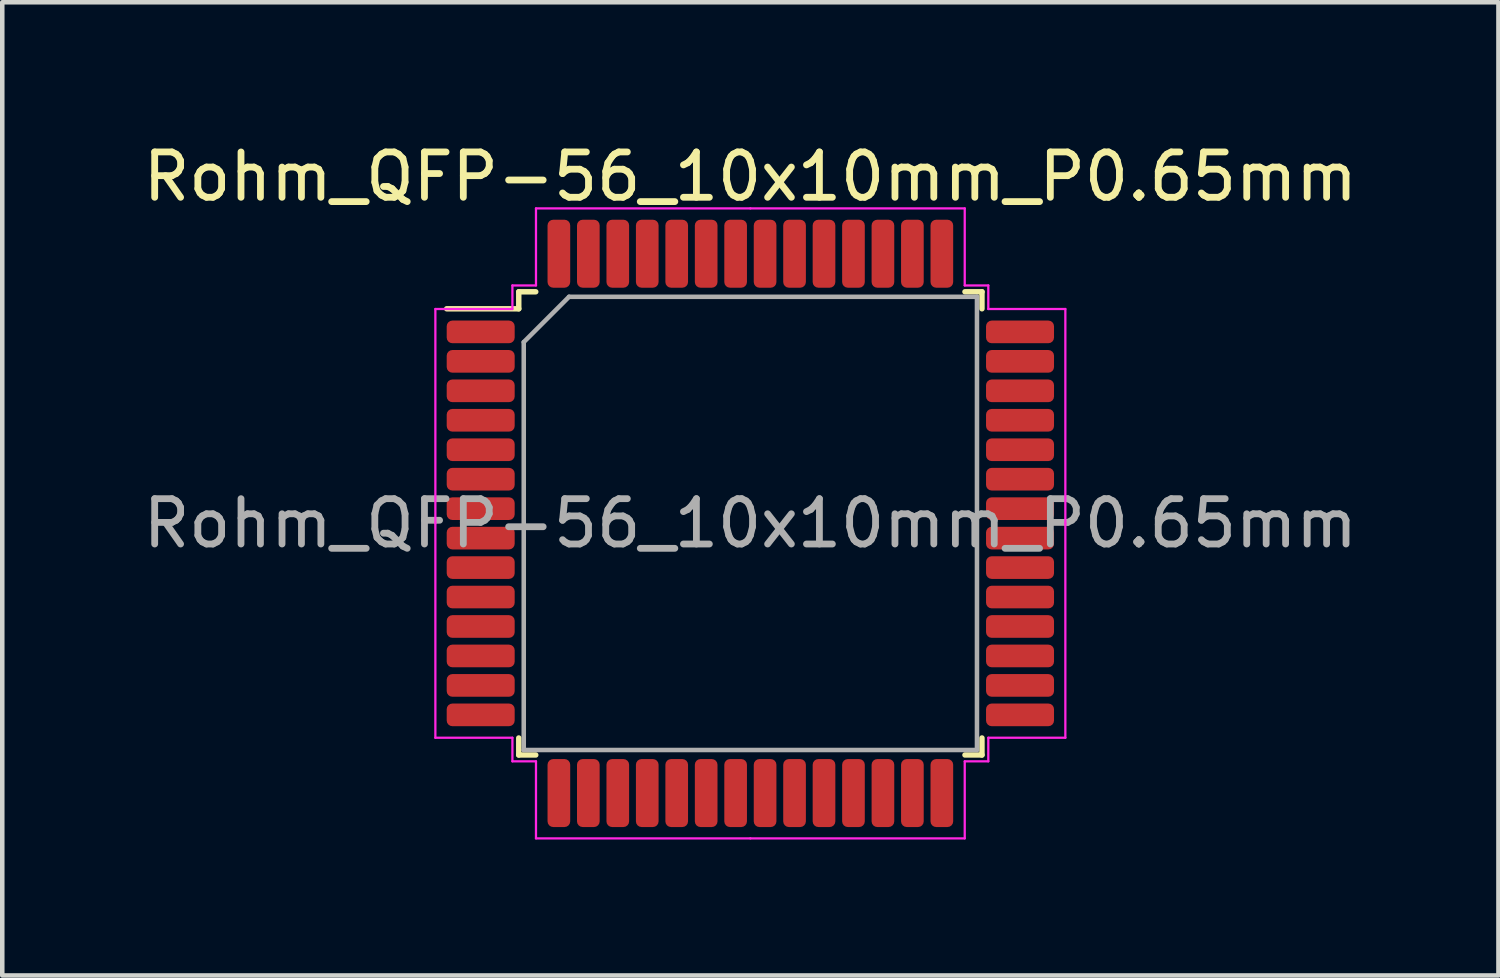
<source format=kicad_pcb>
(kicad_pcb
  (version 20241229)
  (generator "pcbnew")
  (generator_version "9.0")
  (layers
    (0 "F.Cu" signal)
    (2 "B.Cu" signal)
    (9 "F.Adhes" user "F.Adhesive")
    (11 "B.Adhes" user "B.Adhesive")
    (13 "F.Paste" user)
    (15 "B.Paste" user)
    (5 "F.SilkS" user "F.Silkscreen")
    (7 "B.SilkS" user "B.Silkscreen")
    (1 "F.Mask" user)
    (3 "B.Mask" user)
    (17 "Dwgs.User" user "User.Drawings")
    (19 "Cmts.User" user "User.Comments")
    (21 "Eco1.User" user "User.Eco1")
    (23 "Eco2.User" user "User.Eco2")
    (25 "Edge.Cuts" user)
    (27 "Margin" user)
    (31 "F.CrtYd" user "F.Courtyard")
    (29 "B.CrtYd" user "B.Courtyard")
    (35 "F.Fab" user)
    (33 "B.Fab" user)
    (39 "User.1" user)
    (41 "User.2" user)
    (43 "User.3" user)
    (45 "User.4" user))
  (footprint "Rohm_QFP-56_10x10mm_P0.65mm"
    (layer "F.Cu")
    (at 13.506 8.498)
    (property "Reference" "Rohm_QFP-56_10x10mm_P0.65mm" (at 0 -7.65 0) (layer "F.SilkS") (effects (font (size 1 1) (thickness 0.15))))
    (attr smd)
    (fp_line (start -5.11 -5.11) (end -5.11 -4.735) (stroke (width 0.12) (type solid)) (layer "F.SilkS"))
    (fp_line (start -5.11 -4.735) (end -6.7 -4.735) (stroke (width 0.12) (type solid)) (layer "F.SilkS"))
    (fp_line (start -5.11 5.11) (end -5.11 4.735) (stroke (width 0.12) (type solid)) (layer "F.SilkS"))
    (fp_line (start -4.735 -5.11) (end -5.11 -5.11) (stroke (width 0.12) (type solid)) (layer "F.SilkS"))
    (fp_line (start -4.735 5.11) (end -5.11 5.11) (stroke (width 0.12) (type solid)) (layer "F.SilkS"))
    (fp_line (start 4.735 -5.11) (end 5.11 -5.11) (stroke (width 0.12) (type solid)) (layer "F.SilkS"))
    (fp_line (start 4.735 5.11) (end 5.11 5.11) (stroke (width 0.12) (type solid)) (layer "F.SilkS"))
    (fp_line (start 5.11 -5.11) (end 5.11 -4.735) (stroke (width 0.12) (type solid)) (layer "F.SilkS"))
    (fp_line (start 5.11 5.11) (end 5.11 4.735) (stroke (width 0.12) (type solid)) (layer "F.SilkS"))
    (fp_line (start -6.95 -4.73) (end -6.95 0) (stroke (width 0.05) (type solid)) (layer "F.CrtYd"))
    (fp_line (start -6.95 4.73) (end -6.95 0) (stroke (width 0.05) (type solid)) (layer "F.CrtYd"))
    (fp_line (start -5.25 -5.25) (end -5.25 -4.73) (stroke (width 0.05) (type solid)) (layer "F.CrtYd"))
    (fp_line (start -5.25 -4.73) (end -6.95 -4.73) (stroke (width 0.05) (type solid)) (layer "F.CrtYd"))
    (fp_line (start -5.25 4.73) (end -6.95 4.73) (stroke (width 0.05) (type solid)) (layer "F.CrtYd"))
    (fp_line (start -5.25 5.25) (end -5.25 4.73) (stroke (width 0.05) (type solid)) (layer "F.CrtYd"))
    (fp_line (start -4.73 -6.95) (end -4.73 -5.25) (stroke (width 0.05) (type solid)) (layer "F.CrtYd"))
    (fp_line (start -4.73 -5.25) (end -5.25 -5.25) (stroke (width 0.05) (type solid)) (layer "F.CrtYd"))
    (fp_line (start -4.73 5.25) (end -5.25 5.25) (stroke (width 0.05) (type solid)) (layer "F.CrtYd"))
    (fp_line (start -4.73 6.95) (end -4.73 5.25) (stroke (width 0.05) (type solid)) (layer "F.CrtYd"))
    (fp_line (start 0 -6.95) (end -4.73 -6.95) (stroke (width 0.05) (type solid)) (layer "F.CrtYd"))
    (fp_line (start 0 -6.95) (end 4.73 -6.95) (stroke (width 0.05) (type solid)) (layer "F.CrtYd"))
    (fp_line (start 0 6.95) (end -4.73 6.95) (stroke (width 0.05) (type solid)) (layer "F.CrtYd"))
    (fp_line (start 0 6.95) (end 4.73 6.95) (stroke (width 0.05) (type solid)) (layer "F.CrtYd"))
    (fp_line (start 4.73 -6.95) (end 4.73 -5.25) (stroke (width 0.05) (type solid)) (layer "F.CrtYd"))
    (fp_line (start 4.73 -5.25) (end 5.25 -5.25) (stroke (width 0.05) (type solid)) (layer "F.CrtYd"))
    (fp_line (start 4.73 5.25) (end 5.25 5.25) (stroke (width 0.05) (type solid)) (layer "F.CrtYd"))
    (fp_line (start 4.73 6.95) (end 4.73 5.25) (stroke (width 0.05) (type solid)) (layer "F.CrtYd"))
    (fp_line (start 5.25 -5.25) (end 5.25 -4.73) (stroke (width 0.05) (type solid)) (layer "F.CrtYd"))
    (fp_line (start 5.25 -4.73) (end 6.95 -4.73) (stroke (width 0.05) (type solid)) (layer "F.CrtYd"))
    (fp_line (start 5.25 4.73) (end 6.95 4.73) (stroke (width 0.05) (type solid)) (layer "F.CrtYd"))
    (fp_line (start 5.25 5.25) (end 5.25 4.73) (stroke (width 0.05) (type solid)) (layer "F.CrtYd"))
    (fp_line (start 6.95 -4.73) (end 6.95 0) (stroke (width 0.05) (type solid)) (layer "F.CrtYd"))
    (fp_line (start 6.95 4.73) (end 6.95 0) (stroke (width 0.05) (type solid)) (layer "F.CrtYd"))
    (fp_line (start -5 -4) (end -4 -5) (stroke (width 0.1) (type solid)) (layer "F.Fab"))
    (fp_line (start -5 5) (end -5 -4) (stroke (width 0.1) (type solid)) (layer "F.Fab"))
    (fp_line (start -4 -5) (end 5 -5) (stroke (width 0.1) (type solid)) (layer "F.Fab"))
    (fp_line (start 5 -5) (end 5 5) (stroke (width 0.1) (type solid)) (layer "F.Fab"))
    (fp_line (start 5 5) (end -5 5) (stroke (width 0.1) (type solid)) (layer "F.Fab"))
    (fp_text user "${REFERENCE}" (at 0 0 0) (layer "F.Fab") (effects (font (size 1 1) (thickness 0.15))))
    (pad "1" smd roundrect (at -5.95 -4.225) (size 1.5 0.5) (layers "F.Cu" "F.Mask" "F.Paste") (roundrect_rratio 0.25))
    (pad "2" smd roundrect (at -5.95 -3.575) (size 1.5 0.5) (layers "F.Cu" "F.Mask" "F.Paste") (roundrect_rratio 0.25))
    (pad "3" smd roundrect (at -5.95 -2.925) (size 1.5 0.5) (layers "F.Cu" "F.Mask" "F.Paste") (roundrect_rratio 0.25))
    (pad "4" smd roundrect (at -5.95 -2.275) (size 1.5 0.5) (layers "F.Cu" "F.Mask" "F.Paste") (roundrect_rratio 0.25))
    (pad "5" smd roundrect (at -5.95 -1.625) (size 1.5 0.5) (layers "F.Cu" "F.Mask" "F.Paste") (roundrect_rratio 0.25))
    (pad "6" smd roundrect (at -5.95 -0.975) (size 1.5 0.5) (layers "F.Cu" "F.Mask" "F.Paste") (roundrect_rratio 0.25))
    (pad "7" smd roundrect (at -5.95 -0.325) (size 1.5 0.5) (layers "F.Cu" "F.Mask" "F.Paste") (roundrect_rratio 0.25))
    (pad "8" smd roundrect (at -5.95 0.325) (size 1.5 0.5) (layers "F.Cu" "F.Mask" "F.Paste") (roundrect_rratio 0.25))
    (pad "9" smd roundrect (at -5.95 0.975) (size 1.5 0.5) (layers "F.Cu" "F.Mask" "F.Paste") (roundrect_rratio 0.25))
    (pad "10" smd roundrect (at -5.95 1.625) (size 1.5 0.5) (layers "F.Cu" "F.Mask" "F.Paste") (roundrect_rratio 0.25))
    (pad "11" smd roundrect (at -5.95 2.275) (size 1.5 0.5) (layers "F.Cu" "F.Mask" "F.Paste") (roundrect_rratio 0.25))
    (pad "12" smd roundrect (at -5.95 2.925) (size 1.5 0.5) (layers "F.Cu" "F.Mask" "F.Paste") (roundrect_rratio 0.25))
    (pad "13" smd roundrect (at -5.95 3.575) (size 1.5 0.5) (layers "F.Cu" "F.Mask" "F.Paste") (roundrect_rratio 0.25))
    (pad "14" smd roundrect (at -5.95 4.225) (size 1.5 0.5) (layers "F.Cu" "F.Mask" "F.Paste") (roundrect_rratio 0.25))
    (pad "15" smd roundrect (at -4.225 5.95) (size 0.5 1.5) (layers "F.Cu" "F.Mask" "F.Paste") (roundrect_rratio 0.25))
    (pad "16" smd roundrect (at -3.575 5.95) (size 0.5 1.5) (layers "F.Cu" "F.Mask" "F.Paste") (roundrect_rratio 0.25))
    (pad "17" smd roundrect (at -2.925 5.95) (size 0.5 1.5) (layers "F.Cu" "F.Mask" "F.Paste") (roundrect_rratio 0.25))
    (pad "18" smd roundrect (at -2.275 5.95) (size 0.5 1.5) (layers "F.Cu" "F.Mask" "F.Paste") (roundrect_rratio 0.25))
    (pad "19" smd roundrect (at -1.625 5.95) (size 0.5 1.5) (layers "F.Cu" "F.Mask" "F.Paste") (roundrect_rratio 0.25))
    (pad "20" smd roundrect (at -0.975 5.95) (size 0.5 1.5) (layers "F.Cu" "F.Mask" "F.Paste") (roundrect_rratio 0.25))
    (pad "21" smd roundrect (at -0.325 5.95) (size 0.5 1.5) (layers "F.Cu" "F.Mask" "F.Paste") (roundrect_rratio 0.25))
    (pad "22" smd roundrect (at 0.325 5.95) (size 0.5 1.5) (layers "F.Cu" "F.Mask" "F.Paste") (roundrect_rratio 0.25))
    (pad "23" smd roundrect (at 0.975 5.95) (size 0.5 1.5) (layers "F.Cu" "F.Mask" "F.Paste") (roundrect_rratio 0.25))
    (pad "24" smd roundrect (at 1.625 5.95) (size 0.5 1.5) (layers "F.Cu" "F.Mask" "F.Paste") (roundrect_rratio 0.25))
    (pad "25" smd roundrect (at 2.275 5.95) (size 0.5 1.5) (layers "F.Cu" "F.Mask" "F.Paste") (roundrect_rratio 0.25))
    (pad "26" smd roundrect (at 2.925 5.95) (size 0.5 1.5) (layers "F.Cu" "F.Mask" "F.Paste") (roundrect_rratio 0.25))
    (pad "27" smd roundrect (at 3.575 5.95) (size 0.5 1.5) (layers "F.Cu" "F.Mask" "F.Paste") (roundrect_rratio 0.25))
    (pad "28" smd roundrect (at 4.225 5.95) (size 0.5 1.5) (layers "F.Cu" "F.Mask" "F.Paste") (roundrect_rratio 0.25))
    (pad "29" smd roundrect (at 5.95 4.225) (size 1.5 0.5) (layers "F.Cu" "F.Mask" "F.Paste") (roundrect_rratio 0.25))
    (pad "30" smd roundrect (at 5.95 3.575) (size 1.5 0.5) (layers "F.Cu" "F.Mask" "F.Paste") (roundrect_rratio 0.25))
    (pad "31" smd roundrect (at 5.95 2.925) (size 1.5 0.5) (layers "F.Cu" "F.Mask" "F.Paste") (roundrect_rratio 0.25))
    (pad "32" smd roundrect (at 5.95 2.275) (size 1.5 0.5) (layers "F.Cu" "F.Mask" "F.Paste") (roundrect_rratio 0.25))
    (pad "33" smd roundrect (at 5.95 1.625) (size 1.5 0.5) (layers "F.Cu" "F.Mask" "F.Paste") (roundrect_rratio 0.25))
    (pad "34" smd roundrect (at 5.95 0.975) (size 1.5 0.5) (layers "F.Cu" "F.Mask" "F.Paste") (roundrect_rratio 0.25))
    (pad "35" smd roundrect (at 5.95 0.325) (size 1.5 0.5) (layers "F.Cu" "F.Mask" "F.Paste") (roundrect_rratio 0.25))
    (pad "36" smd roundrect (at 5.95 -0.325) (size 1.5 0.5) (layers "F.Cu" "F.Mask" "F.Paste") (roundrect_rratio 0.25))
    (pad "37" smd roundrect (at 5.95 -0.975) (size 1.5 0.5) (layers "F.Cu" "F.Mask" "F.Paste") (roundrect_rratio 0.25))
    (pad "38" smd roundrect (at 5.95 -1.625) (size 1.5 0.5) (layers "F.Cu" "F.Mask" "F.Paste") (roundrect_rratio 0.25))
    (pad "39" smd roundrect (at 5.95 -2.275) (size 1.5 0.5) (layers "F.Cu" "F.Mask" "F.Paste") (roundrect_rratio 0.25))
    (pad "40" smd roundrect (at 5.95 -2.925) (size 1.5 0.5) (layers "F.Cu" "F.Mask" "F.Paste") (roundrect_rratio 0.25))
    (pad "41" smd roundrect (at 5.95 -3.575) (size 1.5 0.5) (layers "F.Cu" "F.Mask" "F.Paste") (roundrect_rratio 0.25))
    (pad "42" smd roundrect (at 5.95 -4.225) (size 1.5 0.5) (layers "F.Cu" "F.Mask" "F.Paste") (roundrect_rratio 0.25))
    (pad "43" smd roundrect (at 4.225 -5.95) (size 0.5 1.5) (layers "F.Cu" "F.Mask" "F.Paste") (roundrect_rratio 0.25))
    (pad "44" smd roundrect (at 3.575 -5.95) (size 0.5 1.5) (layers "F.Cu" "F.Mask" "F.Paste") (roundrect_rratio 0.25))
    (pad "45" smd roundrect (at 2.925 -5.95) (size 0.5 1.5) (layers "F.Cu" "F.Mask" "F.Paste") (roundrect_rratio 0.25))
    (pad "46" smd roundrect (at 2.275 -5.95) (size 0.5 1.5) (layers "F.Cu" "F.Mask" "F.Paste") (roundrect_rratio 0.25))
    (pad "47" smd roundrect (at 1.625 -5.95) (size 0.5 1.5) (layers "F.Cu" "F.Mask" "F.Paste") (roundrect_rratio 0.25))
    (pad "48" smd roundrect (at 0.975 -5.95) (size 0.5 1.5) (layers "F.Cu" "F.Mask" "F.Paste") (roundrect_rratio 0.25))
    (pad "49" smd roundrect (at 0.325 -5.95) (size 0.5 1.5) (layers "F.Cu" "F.Mask" "F.Paste") (roundrect_rratio 0.25))
    (pad "50" smd roundrect (at -0.325 -5.95) (size 0.5 1.5) (layers "F.Cu" "F.Mask" "F.Paste") (roundrect_rratio 0.25))
    (pad "51" smd roundrect (at -0.975 -5.95) (size 0.5 1.5) (layers "F.Cu" "F.Mask" "F.Paste") (roundrect_rratio 0.25))
    (pad "52" smd roundrect (at -1.625 -5.95) (size 0.5 1.5) (layers "F.Cu" "F.Mask" "F.Paste") (roundrect_rratio 0.25))
    (pad "53" smd roundrect (at -2.275 -5.95) (size 0.5 1.5) (layers "F.Cu" "F.Mask" "F.Paste") (roundrect_rratio 0.25))
    (pad "54" smd roundrect (at -2.925 -5.95) (size 0.5 1.5) (layers "F.Cu" "F.Mask" "F.Paste") (roundrect_rratio 0.25))
    (pad "55" smd roundrect (at -3.575 -5.95) (size 0.5 1.5) (layers "F.Cu" "F.Mask" "F.Paste") (roundrect_rratio 0.25))
    (pad "56" smd roundrect (at -4.225 -5.95) (size 0.5 1.5) (layers "F.Cu" "F.Mask" "F.Paste") (roundrect_rratio 0.25)))
  (gr_rect
    (start -3 -3)
    (end 30.012 18.473)
    (stroke (width 0.1) (type default))
    (fill no)
    (layer "Edge.Cuts")))
</source>
